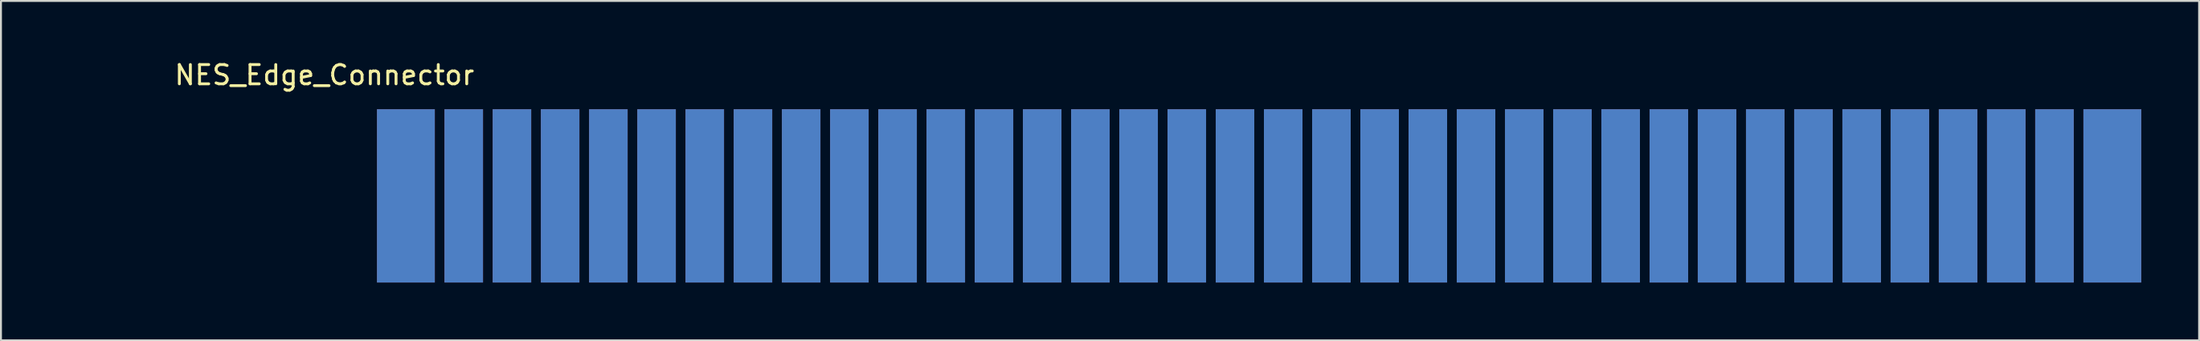
<source format=kicad_pcb>
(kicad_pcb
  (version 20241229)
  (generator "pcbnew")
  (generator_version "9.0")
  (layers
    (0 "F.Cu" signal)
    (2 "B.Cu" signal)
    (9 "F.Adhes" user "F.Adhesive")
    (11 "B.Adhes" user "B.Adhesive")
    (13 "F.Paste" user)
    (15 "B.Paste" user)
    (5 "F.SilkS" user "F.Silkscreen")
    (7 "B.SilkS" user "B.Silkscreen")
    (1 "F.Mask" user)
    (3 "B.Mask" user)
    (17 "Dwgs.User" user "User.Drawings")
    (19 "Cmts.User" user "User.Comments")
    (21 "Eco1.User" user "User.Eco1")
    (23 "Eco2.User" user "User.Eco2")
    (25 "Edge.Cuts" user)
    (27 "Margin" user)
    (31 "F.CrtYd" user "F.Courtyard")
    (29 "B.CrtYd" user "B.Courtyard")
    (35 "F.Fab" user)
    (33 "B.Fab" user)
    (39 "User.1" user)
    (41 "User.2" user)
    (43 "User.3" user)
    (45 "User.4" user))
  (footprint "NES_Edge_Connector"
    (layer "F.Cu")
    (at 0.25 0.873)
    (property "Reference" "NES_Edge_Connector" (at 13.525 -0.025 0) (layer "F.SilkS") (effects (font (size 1 1) (thickness 0.15))))
    (attr through_hole)
    (pad "1" smd rect (at 17.75 6.25) (size 3 9) (layers "F.Cu" "F.Mask" "F.Paste"))
    (pad "2" smd rect (at 20.75 6.25) (size 2 9) (layers "F.Cu" "F.Mask" "F.Paste"))
    (pad "3" smd rect (at 23.25 6.25) (size 2 9) (layers "F.Cu" "F.Mask" "F.Paste"))
    (pad "4" smd rect (at 25.75 6.25) (size 2 9) (layers "F.Cu" "F.Mask" "F.Paste"))
    (pad "5" smd rect (at 28.25 6.25) (size 2 9) (layers "F.Cu" "F.Mask" "F.Paste"))
    (pad "6" smd rect (at 30.75 6.25) (size 2 9) (layers "F.Cu" "F.Mask" "F.Paste"))
    (pad "7" smd rect (at 33.25 6.25) (size 2 9) (layers "F.Cu" "F.Mask" "F.Paste"))
    (pad "8" smd rect (at 35.75 6.25) (size 2 9) (layers "F.Cu" "F.Mask" "F.Paste"))
    (pad "9" smd rect (at 38.25 6.25) (size 2 9) (layers "F.Cu" "F.Mask" "F.Paste"))
    (pad "10" smd rect (at 40.75 6.25) (size 2 9) (layers "F.Cu" "F.Mask" "F.Paste"))
    (pad "11" smd rect (at 43.25 6.25) (size 2 9) (layers "F.Cu" "F.Mask" "F.Paste"))
    (pad "12" smd rect (at 45.75 6.25) (size 2 9) (layers "F.Cu" "F.Mask" "F.Paste"))
    (pad "13" smd rect (at 48.25 6.25) (size 2 9) (layers "F.Cu" "F.Mask" "F.Paste"))
    (pad "14" smd rect (at 50.75 6.25) (size 2 9) (layers "F.Cu" "F.Mask" "F.Paste"))
    (pad "15" smd rect (at 53.25 6.25) (size 2 9) (layers "F.Cu" "F.Mask" "F.Paste"))
    (pad "16" smd rect (at 55.75 6.25) (size 2 9) (layers "F.Cu" "F.Mask" "F.Paste"))
    (pad "17" smd rect (at 58.25 6.25) (size 2 9) (layers "F.Cu" "F.Mask" "F.Paste"))
    (pad "18" smd rect (at 60.75 6.25) (size 2 9) (layers "F.Cu" "F.Mask" "F.Paste"))
    (pad "19" smd rect (at 63.25 6.25) (size 2 9) (layers "F.Cu" "F.Mask" "F.Paste"))
    (pad "20" smd rect (at 65.75 6.25) (size 2 9) (layers "F.Cu" "F.Mask" "F.Paste"))
    (pad "21" smd rect (at 68.25 6.25) (size 2 9) (layers "F.Cu" "F.Mask" "F.Paste"))
    (pad "22" smd rect (at 70.75 6.25) (size 2 9) (layers "F.Cu" "F.Mask" "F.Paste"))
    (pad "23" smd rect (at 73.25 6.25) (size 2 9) (layers "F.Cu" "F.Mask" "F.Paste"))
    (pad "24" smd rect (at 75.75 6.25) (size 2 9) (layers "F.Cu" "F.Mask" "F.Paste"))
    (pad "25" smd rect (at 78.25 6.25) (size 2 9) (layers "F.Cu" "F.Mask" "F.Paste"))
    (pad "26" smd rect (at 80.75 6.25) (size 2 9) (layers "F.Cu" "F.Mask" "F.Paste"))
    (pad "27" smd rect (at 83.25 6.25) (size 2 9) (layers "F.Cu" "F.Mask" "F.Paste"))
    (pad "28" smd rect (at 85.75 6.25) (size 2 9) (layers "F.Cu" "F.Mask" "F.Paste"))
    (pad "29" smd rect (at 88.25 6.25) (size 2 9) (layers "F.Cu" "F.Mask" "F.Paste"))
    (pad "30" smd rect (at 90.75 6.25) (size 2 9) (layers "F.Cu" "F.Mask" "F.Paste"))
    (pad "31" smd rect (at 93.25 6.25) (size 2 9) (layers "F.Cu" "F.Mask" "F.Paste"))
    (pad "32" smd rect (at 95.75 6.25) (size 2 9) (layers "F.Cu" "F.Mask" "F.Paste"))
    (pad "33" smd rect (at 98.25 6.25) (size 2 9) (layers "F.Cu" "F.Mask" "F.Paste"))
    (pad "34" smd rect (at 100.75 6.25) (size 2 9) (layers "F.Cu" "F.Mask" "F.Paste"))
    (pad "35" smd rect (at 103.25 6.25) (size 2 9) (layers "F.Cu" "F.Mask" "F.Paste"))
    (pad "36" smd rect (at 106.25 6.25) (size 3 9) (layers "F.Cu" "F.Mask" "F.Paste"))
    (pad "37" smd rect (at 17.75 6.25) (size 3 9) (layers "B.Cu" "B.Mask" "B.Paste"))
    (pad "38" smd rect (at 20.75 6.25) (size 2 9) (layers "B.Cu" "B.Mask" "B.Paste"))
    (pad "39" smd rect (at 23.25 6.25) (size 2 9) (layers "B.Cu" "B.Mask" "B.Paste"))
    (pad "40" smd rect (at 25.75 6.25) (size 2 9) (layers "B.Cu" "B.Mask" "B.Paste"))
    (pad "41" smd rect (at 28.25 6.25) (size 2 9) (layers "B.Cu" "B.Mask" "B.Paste"))
    (pad "42" smd rect (at 30.75 6.25) (size 2 9) (layers "B.Cu" "B.Mask" "B.Paste"))
    (pad "43" smd rect (at 33.25 6.25) (size 2 9) (layers "B.Cu" "B.Mask" "B.Paste"))
    (pad "44" smd rect (at 35.75 6.25) (size 2 9) (layers "B.Cu" "B.Mask" "B.Paste"))
    (pad "45" smd rect (at 38.25 6.25) (size 2 9) (layers "B.Cu" "B.Mask" "B.Paste"))
    (pad "46" smd rect (at 40.75 6.25) (size 2 9) (layers "B.Cu" "B.Mask" "B.Paste"))
    (pad "47" smd rect (at 43.25 6.25) (size 2 9) (layers "B.Cu" "B.Mask" "B.Paste"))
    (pad "48" smd rect (at 45.75 6.25) (size 2 9) (layers "B.Cu" "B.Mask" "B.Paste"))
    (pad "49" smd rect (at 48.25 6.25) (size 2 9) (layers "B.Cu" "B.Mask" "B.Paste"))
    (pad "50" smd rect (at 50.75 6.25) (size 2 9) (layers "B.Cu" "B.Mask" "B.Paste"))
    (pad "51" smd rect (at 53.25 6.25) (size 2 9) (layers "B.Cu" "B.Mask" "B.Paste"))
    (pad "52" smd rect (at 55.75 6.25) (size 2 9) (layers "B.Cu" "B.Mask" "B.Paste"))
    (pad "53" smd rect (at 58.25 6.25) (size 2 9) (layers "B.Cu" "B.Mask" "B.Paste"))
    (pad "54" smd rect (at 60.75 6.25) (size 2 9) (layers "B.Cu" "B.Mask" "B.Paste"))
    (pad "55" smd rect (at 63.25 6.25) (size 2 9) (layers "B.Cu" "B.Mask" "B.Paste"))
    (pad "56" smd rect (at 65.75 6.25) (size 2 9) (layers "B.Cu" "B.Mask" "B.Paste"))
    (pad "57" smd rect (at 68.25 6.25) (size 2 9) (layers "B.Cu" "B.Mask" "B.Paste"))
    (pad "58" smd rect (at 70.75 6.25) (size 2 9) (layers "B.Cu" "B.Mask" "B.Paste"))
    (pad "59" smd rect (at 73.25 6.25) (size 2 9) (layers "B.Cu" "B.Mask" "B.Paste"))
    (pad "60" smd rect (at 75.75 6.25) (size 2 9) (layers "B.Cu" "B.Mask" "B.Paste"))
    (pad "61" smd rect (at 78.25 6.25) (size 2 9) (layers "B.Cu" "B.Mask" "B.Paste"))
    (pad "62" smd rect (at 80.75 6.25) (size 2 9) (layers "B.Cu" "B.Mask" "B.Paste"))
    (pad "63" smd rect (at 83.25 6.25) (size 2 9) (layers "B.Cu" "B.Mask" "B.Paste"))
    (pad "64" smd rect (at 85.75 6.25) (size 2 9) (layers "B.Cu" "B.Mask" "B.Paste"))
    (pad "65" smd rect (at 88.25 6.25) (size 2 9) (layers "B.Cu" "B.Mask" "B.Paste"))
    (pad "66" smd rect (at 90.75 6.25) (size 2 9) (layers "B.Cu" "B.Mask" "B.Paste"))
    (pad "67" smd rect (at 93.25 6.25) (size 2 9) (layers "B.Cu" "B.Mask" "B.Paste"))
    (pad "68" smd rect (at 95.75 6.25) (size 2 9) (layers "B.Cu" "B.Mask" "B.Paste"))
    (pad "69" smd rect (at 98.25 6.25) (size 2 9) (layers "B.Cu" "B.Mask" "B.Paste"))
    (pad "70" smd rect (at 100.75 6.25) (size 2 9) (layers "B.Cu" "B.Mask" "B.Paste"))
    (pad "71" smd rect (at 103.25 6.25) (size 2 9) (layers "B.Cu" "B.Mask" "B.Paste"))
    (pad "72" smd rect (at 106.25 6.25) (size 3 9) (layers "B.Cu" "B.Mask" "B.Paste")))
  (gr_rect
    (start -3 -3)
    (end 111 14.623)
    (stroke (width 0.1) (type default))
    (fill no)
    (layer "Edge.Cuts")))
</source>
